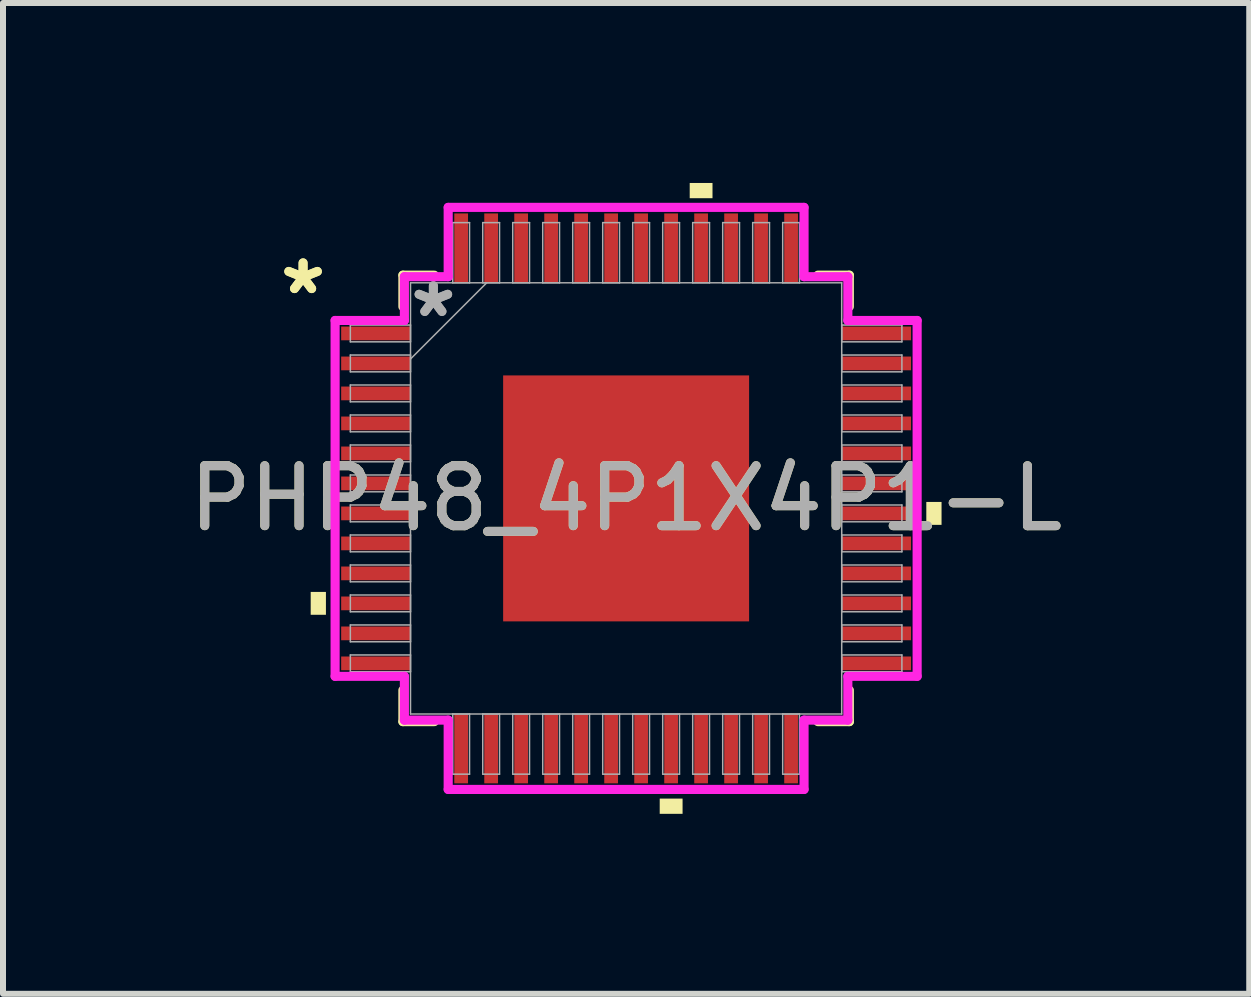
<source format=kicad_pcb>
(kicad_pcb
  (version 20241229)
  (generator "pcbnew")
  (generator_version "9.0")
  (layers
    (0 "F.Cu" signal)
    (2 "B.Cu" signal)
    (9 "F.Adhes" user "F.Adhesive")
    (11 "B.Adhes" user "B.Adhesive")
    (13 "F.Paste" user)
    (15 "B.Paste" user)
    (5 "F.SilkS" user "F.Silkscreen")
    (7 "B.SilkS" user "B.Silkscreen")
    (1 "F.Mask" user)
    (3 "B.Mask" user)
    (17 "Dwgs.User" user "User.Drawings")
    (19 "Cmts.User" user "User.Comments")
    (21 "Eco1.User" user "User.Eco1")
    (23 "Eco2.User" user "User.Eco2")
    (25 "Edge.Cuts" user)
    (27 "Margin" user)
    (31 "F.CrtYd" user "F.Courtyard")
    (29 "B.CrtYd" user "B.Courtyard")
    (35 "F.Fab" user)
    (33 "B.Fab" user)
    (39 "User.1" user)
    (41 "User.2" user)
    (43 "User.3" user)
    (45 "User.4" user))
  (footprint "PHP48_4P1X4P1-L"
    (layer "F.Cu")
    (at 7.387 5.258)
    (property "Reference" "PHP48_4P1X4P1-L" (at 0 0 0) (unlocked yes) (layer "F.SilkS") (effects (font (size 1 1) (thickness 0.15))))
    (attr smd)
    (fp_poly (pts (xy -2.114 -2.114) (xy -1.775 -2.114) (xy -1.775 2.114) (xy -2.114 2.114)) (stroke (width 0) (type solid)) (fill yes) (layer "F.Mask"))
    (fp_poly (pts (xy -2.114 -2.114) (xy 2.114 -2.114) (xy 2.114 -1.775) (xy -2.114 -1.775)) (stroke (width 0) (type solid)) (fill yes) (layer "F.Mask"))
    (fp_poly (pts (xy -2.114 -1.375) (xy 2.114 -1.375) (xy 2.114 -0.987) (xy -2.114 -0.987)) (stroke (width 0) (type solid)) (fill yes) (layer "F.Mask"))
    (fp_poly (pts (xy -2.114 -0.587) (xy 2.114 -0.587) (xy 2.114 -0.2) (xy -2.114 -0.2)) (stroke (width 0) (type solid)) (fill yes) (layer "F.Mask"))
    (fp_poly (pts (xy -2.114 0.2) (xy 2.114 0.2) (xy 2.114 0.587) (xy -2.114 0.587)) (stroke (width 0) (type solid)) (fill yes) (layer "F.Mask"))
    (fp_poly (pts (xy -2.114 0.987) (xy 2.114 0.987) (xy 2.114 1.375) (xy -2.114 1.375)) (stroke (width 0) (type solid)) (fill yes) (layer "F.Mask"))
    (fp_poly (pts (xy -2.114 1.775) (xy 2.114 1.775) (xy 2.114 2.114) (xy -2.114 2.114)) (stroke (width 0) (type solid)) (fill yes) (layer "F.Mask"))
    (fp_poly (pts (xy -0.987 -2.114) (xy -1.375 -2.114) (xy -1.375 2.114) (xy -0.987 2.114)) (stroke (width 0) (type solid)) (fill yes) (layer "F.Mask"))
    (fp_poly (pts (xy -0.2 -2.114) (xy -0.587 -2.114) (xy -0.587 2.114) (xy -0.2 2.114)) (stroke (width 0) (type solid)) (fill yes) (layer "F.Mask"))
    (fp_poly (pts (xy 0.587 -2.114) (xy 0.2 -2.114) (xy 0.2 2.114) (xy 0.587 2.114)) (stroke (width 0) (type solid)) (fill yes) (layer "F.Mask"))
    (fp_poly (pts (xy 1.375 -2.114) (xy 0.987 -2.114) (xy 0.987 2.114) (xy 1.375 2.114)) (stroke (width 0) (type solid)) (fill yes) (layer "F.Mask"))
    (fp_poly (pts (xy 1.775 -2.114) (xy 2.114 -2.114) (xy 2.114 2.114) (xy 1.775 2.114)) (stroke (width 0) (type solid)) (fill yes) (layer "F.Mask"))
    (fp_line (start -3.721 -3.721) (end -3.721 -3.197) (stroke (width 0.152) (type solid)) (layer "F.SilkS"))
    (fp_line (start -3.721 3.197) (end -3.721 3.721) (stroke (width 0.152) (type solid)) (layer "F.SilkS"))
    (fp_line (start -3.721 3.721) (end -3.197 3.721) (stroke (width 0.152) (type solid)) (layer "F.SilkS"))
    (fp_line (start -3.197 -3.721) (end -3.721 -3.721) (stroke (width 0.152) (type solid)) (layer "F.SilkS"))
    (fp_line (start 3.197 3.721) (end 3.721 3.721) (stroke (width 0.152) (type solid)) (layer "F.SilkS"))
    (fp_line (start 3.721 -3.721) (end 3.197 -3.721) (stroke (width 0.152) (type solid)) (layer "F.SilkS"))
    (fp_line (start 3.721 -3.197) (end 3.721 -3.721) (stroke (width 0.152) (type solid)) (layer "F.SilkS"))
    (fp_line (start 3.721 3.721) (end 3.721 3.197) (stroke (width 0.152) (type solid)) (layer "F.SilkS"))
    (fp_poly (pts (xy -5.258 1.559) (xy -5.258 1.94) (xy -5.004 1.94) (xy -5.004 1.559)) (stroke (width 0) (type solid)) (fill yes) (layer "F.SilkS"))
    (fp_poly (pts (xy 0.56 5.004) (xy 0.56 5.258) (xy 0.941 5.258) (xy 0.941 5.004)) (stroke (width 0) (type solid)) (fill yes) (layer "F.SilkS"))
    (fp_poly (pts (xy 1.06 -5.004) (xy 1.06 -5.258) (xy 1.44 -5.258) (xy 1.44 -5.004)) (stroke (width 0) (type solid)) (fill yes) (layer "F.SilkS"))
    (fp_poly (pts (xy 5.258 0.059) (xy 5.258 0.441) (xy 5.004 0.441) (xy 5.004 0.059)) (stroke (width 0) (type solid)) (fill yes) (layer "F.SilkS"))
    (fp_poly (pts (xy -1.975 -1.975) (xy -1.975 -1.675) (xy -1.816 -1.675) (xy -1.675 -1.816) (xy -1.675 -1.975)) (stroke (width 0) (type solid)) (fill yes) (layer "F.Paste"))
    (fp_poly (pts (xy -1.975 1.675) (xy -1.975 1.975) (xy -1.675 1.975) (xy -1.675 1.816) (xy -1.816 1.675)) (stroke (width 0) (type solid)) (fill yes) (layer "F.Paste"))
    (fp_poly (pts (xy 1.675 -1.975) (xy 1.675 -1.816) (xy 1.816 -1.675) (xy 1.975 -1.675) (xy 1.975 -1.975)) (stroke (width 0) (type solid)) (fill yes) (layer "F.Paste"))
    (fp_poly (pts (xy 1.816 1.675) (xy 1.675 1.816) (xy 1.675 1.975) (xy 1.975 1.975) (xy 1.975 1.675)) (stroke (width 0) (type solid)) (fill yes) (layer "F.Paste"))
    (fp_poly (pts (xy -1.975 -1.475) (xy -1.975 -0.887) (xy -1.816 -0.887) (xy -1.675 -1.029) (xy -1.675 -1.333) (xy -1.816 -1.475)) (stroke (width 0) (type solid)) (fill yes) (layer "F.Paste"))
    (fp_poly (pts (xy -1.975 -0.687) (xy -1.975 -0.1) (xy -1.816 -0.1) (xy -1.675 -0.241) (xy -1.675 -0.546) (xy -1.816 -0.687)) (stroke (width 0) (type solid)) (fill yes) (layer "F.Paste"))
    (fp_poly (pts (xy -1.975 0.1) (xy -1.975 0.687) (xy -1.816 0.687) (xy -1.675 0.546) (xy -1.675 0.241) (xy -1.816 0.1)) (stroke (width 0) (type solid)) (fill yes) (layer "F.Paste"))
    (fp_poly (pts (xy -1.975 0.887) (xy -1.975 1.475) (xy -1.816 1.475) (xy -1.675 1.333) (xy -1.675 1.029) (xy -1.816 0.887)) (stroke (width 0) (type solid)) (fill yes) (layer "F.Paste"))
    (fp_poly (pts (xy -1.475 -1.975) (xy -1.475 -1.816) (xy -1.333 -1.675) (xy -1.029 -1.675) (xy -0.887 -1.816) (xy -0.887 -1.975)) (stroke (width 0) (type solid)) (fill yes) (layer "F.Paste"))
    (fp_poly (pts (xy -1.333 1.675) (xy -1.475 1.816) (xy -1.475 1.975) (xy -0.887 1.975) (xy -0.887 1.816) (xy -1.029 1.675)) (stroke (width 0) (type solid)) (fill yes) (layer "F.Paste"))
    (fp_poly (pts (xy -0.687 -1.975) (xy -0.687 -1.816) (xy -0.546 -1.675) (xy -0.241 -1.675) (xy -0.1 -1.816) (xy -0.1 -1.975)) (stroke (width 0) (type solid)) (fill yes) (layer "F.Paste"))
    (fp_poly (pts (xy -0.546 1.675) (xy -0.687 1.816) (xy -0.687 1.975) (xy -0.1 1.975) (xy -0.1 1.816) (xy -0.241 1.675)) (stroke (width 0) (type solid)) (fill yes) (layer "F.Paste"))
    (fp_poly (pts (xy 0.1 -1.975) (xy 0.1 -1.816) (xy 0.241 -1.675) (xy 0.546 -1.675) (xy 0.687 -1.816) (xy 0.687 -1.975)) (stroke (width 0) (type solid)) (fill yes) (layer "F.Paste"))
    (fp_poly (pts (xy 0.241 1.675) (xy 0.1 1.816) (xy 0.1 1.975) (xy 0.687 1.975) (xy 0.687 1.816) (xy 0.546 1.675)) (stroke (width 0) (type solid)) (fill yes) (layer "F.Paste"))
    (fp_poly (pts (xy 0.887 -1.975) (xy 0.887 -1.816) (xy 1.029 -1.675) (xy 1.333 -1.675) (xy 1.475 -1.816) (xy 1.475 -1.975)) (stroke (width 0) (type solid)) (fill yes) (layer "F.Paste"))
    (fp_poly (pts (xy 1.029 1.675) (xy 0.887 1.816) (xy 0.887 1.975) (xy 1.475 1.975) (xy 1.475 1.816) (xy 1.333 1.675)) (stroke (width 0) (type solid)) (fill yes) (layer "F.Paste"))
    (fp_poly (pts (xy 1.816 -1.475) (xy 1.675 -1.333) (xy 1.675 -1.029) (xy 1.816 -0.887) (xy 1.975 -0.887) (xy 1.975 -1.475)) (stroke (width 0) (type solid)) (fill yes) (layer "F.Paste"))
    (fp_poly (pts (xy 1.816 -0.687) (xy 1.675 -0.546) (xy 1.675 -0.241) (xy 1.816 -0.1) (xy 1.975 -0.1) (xy 1.975 -0.687)) (stroke (width 0) (type solid)) (fill yes) (layer "F.Paste"))
    (fp_poly (pts (xy 1.816 0.1) (xy 1.675 0.241) (xy 1.675 0.546) (xy 1.816 0.687) (xy 1.975 0.687) (xy 1.975 0.1)) (stroke (width 0) (type solid)) (fill yes) (layer "F.Paste"))
    (fp_poly (pts (xy 1.816 0.887) (xy 1.675 1.029) (xy 1.675 1.333) (xy 1.816 1.475) (xy 1.975 1.475) (xy 1.975 0.887)) (stroke (width 0) (type solid)) (fill yes) (layer "F.Paste"))
    (fp_poly (pts (xy -1.333 -1.475) (xy -1.475 -1.333) (xy -1.475 -1.029) (xy -1.333 -0.887) (xy -1.029 -0.887) (xy -0.887 -1.029) (xy -0.887 -1.333) (xy -1.029 -1.475)) (stroke (width 0) (type solid)) (fill yes) (layer "F.Paste"))
    (fp_poly (pts (xy -1.333 -0.687) (xy -1.475 -0.546) (xy -1.475 -0.241) (xy -1.333 -0.1) (xy -1.029 -0.1) (xy -0.887 -0.241) (xy -0.887 -0.546) (xy -1.029 -0.687)) (stroke (width 0) (type solid)) (fill yes) (layer "F.Paste"))
    (fp_poly (pts (xy -1.333 0.1) (xy -1.475 0.241) (xy -1.475 0.546) (xy -1.333 0.687) (xy -1.029 0.687) (xy -0.887 0.546) (xy -0.887 0.241) (xy -1.029 0.1)) (stroke (width 0) (type solid)) (fill yes) (layer "F.Paste"))
    (fp_poly (pts (xy -1.333 0.887) (xy -1.475 1.029) (xy -1.475 1.333) (xy -1.333 1.475) (xy -1.029 1.475) (xy -0.887 1.333) (xy -0.887 1.029) (xy -1.029 0.887)) (stroke (width 0) (type solid)) (fill yes) (layer "F.Paste"))
    (fp_poly (pts (xy -0.546 -1.475) (xy -0.687 -1.333) (xy -0.687 -1.029) (xy -0.546 -0.887) (xy -0.241 -0.887) (xy -0.1 -1.029) (xy -0.1 -1.333) (xy -0.241 -1.475)) (stroke (width 0) (type solid)) (fill yes) (layer "F.Paste"))
    (fp_poly (pts (xy -0.546 -0.687) (xy -0.687 -0.546) (xy -0.687 -0.241) (xy -0.546 -0.1) (xy -0.241 -0.1) (xy -0.1 -0.241) (xy -0.1 -0.546) (xy -0.241 -0.687)) (stroke (width 0) (type solid)) (fill yes) (layer "F.Paste"))
    (fp_poly (pts (xy -0.546 0.1) (xy -0.687 0.241) (xy -0.687 0.546) (xy -0.546 0.687) (xy -0.241 0.687) (xy -0.1 0.546) (xy -0.1 0.241) (xy -0.241 0.1)) (stroke (width 0) (type solid)) (fill yes) (layer "F.Paste"))
    (fp_poly (pts (xy -0.546 0.887) (xy -0.687 1.029) (xy -0.687 1.333) (xy -0.546 1.475) (xy -0.241 1.475) (xy -0.1 1.333) (xy -0.1 1.029) (xy -0.241 0.887)) (stroke (width 0) (type solid)) (fill yes) (layer "F.Paste"))
    (fp_poly (pts (xy 0.241 -1.475) (xy 0.1 -1.333) (xy 0.1 -1.029) (xy 0.241 -0.887) (xy 0.546 -0.887) (xy 0.687 -1.029) (xy 0.687 -1.333) (xy 0.546 -1.475)) (stroke (width 0) (type solid)) (fill yes) (layer "F.Paste"))
    (fp_poly (pts (xy 0.241 -0.687) (xy 0.1 -0.546) (xy 0.1 -0.241) (xy 0.241 -0.1) (xy 0.546 -0.1) (xy 0.687 -0.241) (xy 0.687 -0.546) (xy 0.546 -0.687)) (stroke (width 0) (type solid)) (fill yes) (layer "F.Paste"))
    (fp_poly (pts (xy 0.241 0.1) (xy 0.1 0.241) (xy 0.1 0.546) (xy 0.241 0.687) (xy 0.546 0.687) (xy 0.687 0.546) (xy 0.687 0.241) (xy 0.546 0.1)) (stroke (width 0) (type solid)) (fill yes) (layer "F.Paste"))
    (fp_poly (pts (xy 0.241 0.887) (xy 0.1 1.029) (xy 0.1 1.333) (xy 0.241 1.475) (xy 0.546 1.475) (xy 0.687 1.333) (xy 0.687 1.029) (xy 0.546 0.887)) (stroke (width 0) (type solid)) (fill yes) (layer "F.Paste"))
    (fp_poly (pts (xy 1.029 -1.475) (xy 0.887 -1.333) (xy 0.887 -1.029) (xy 1.029 -0.887) (xy 1.333 -0.887) (xy 1.475 -1.029) (xy 1.475 -1.333) (xy 1.333 -1.475)) (stroke (width 0) (type solid)) (fill yes) (layer "F.Paste"))
    (fp_poly (pts (xy 1.029 -0.687) (xy 0.887 -0.546) (xy 0.887 -0.241) (xy 1.029 -0.1) (xy 1.333 -0.1) (xy 1.475 -0.241) (xy 1.475 -0.546) (xy 1.333 -0.687)) (stroke (width 0) (type solid)) (fill yes) (layer "F.Paste"))
    (fp_poly (pts (xy 1.029 0.1) (xy 0.887 0.241) (xy 0.887 0.546) (xy 1.029 0.687) (xy 1.333 0.687) (xy 1.475 0.546) (xy 1.475 0.241) (xy 1.333 0.1)) (stroke (width 0) (type solid)) (fill yes) (layer "F.Paste"))
    (fp_poly (pts (xy 1.029 0.887) (xy 0.887 1.029) (xy 0.887 1.333) (xy 1.029 1.475) (xy 1.333 1.475) (xy 1.475 1.333) (xy 1.475 1.029) (xy 1.333 0.887)) (stroke (width 0) (type solid)) (fill yes) (layer "F.Paste"))
    (fp_line (start -4.851 -2.966) (end -3.696 -2.966) (stroke (width 0.152) (type solid)) (layer "F.CrtYd"))
    (fp_line (start -4.851 2.966) (end -4.851 -2.966) (stroke (width 0.152) (type solid)) (layer "F.CrtYd"))
    (fp_line (start -3.696 -3.696) (end -2.966 -3.696) (stroke (width 0.152) (type solid)) (layer "F.CrtYd"))
    (fp_line (start -3.696 -2.966) (end -3.696 -3.696) (stroke (width 0.152) (type solid)) (layer "F.CrtYd"))
    (fp_line (start -3.696 2.966) (end -4.851 2.966) (stroke (width 0.152) (type solid)) (layer "F.CrtYd"))
    (fp_line (start -3.696 3.696) (end -3.696 2.966) (stroke (width 0.152) (type solid)) (layer "F.CrtYd"))
    (fp_line (start -3.696 3.696) (end -2.966 3.696) (stroke (width 0.152) (type solid)) (layer "F.CrtYd"))
    (fp_line (start -2.966 -4.851) (end 2.966 -4.851) (stroke (width 0.152) (type solid)) (layer "F.CrtYd"))
    (fp_line (start -2.966 -3.696) (end -2.966 -4.851) (stroke (width 0.152) (type solid)) (layer "F.CrtYd"))
    (fp_line (start -2.966 3.696) (end -2.966 4.851) (stroke (width 0.152) (type solid)) (layer "F.CrtYd"))
    (fp_line (start -2.966 4.851) (end 2.966 4.851) (stroke (width 0.152) (type solid)) (layer "F.CrtYd"))
    (fp_line (start 2.966 -4.851) (end 2.966 -3.696) (stroke (width 0.152) (type solid)) (layer "F.CrtYd"))
    (fp_line (start 2.966 -3.696) (end 3.696 -3.696) (stroke (width 0.152) (type solid)) (layer "F.CrtYd"))
    (fp_line (start 2.966 3.696) (end 3.696 3.696) (stroke (width 0.152) (type solid)) (layer "F.CrtYd"))
    (fp_line (start 2.966 4.851) (end 2.966 3.696) (stroke (width 0.152) (type solid)) (layer "F.CrtYd"))
    (fp_line (start 3.696 -2.966) (end 3.696 -3.696) (stroke (width 0.152) (type solid)) (layer "F.CrtYd"))
    (fp_line (start 3.696 2.966) (end 4.851 2.966) (stroke (width 0.152) (type solid)) (layer "F.CrtYd"))
    (fp_line (start 3.696 3.696) (end 3.696 2.966) (stroke (width 0.152) (type solid)) (layer "F.CrtYd"))
    (fp_line (start 4.851 -2.966) (end 3.696 -2.966) (stroke (width 0.152) (type solid)) (layer "F.CrtYd"))
    (fp_line (start 4.851 2.966) (end 4.851 -2.966) (stroke (width 0.152) (type solid)) (layer "F.CrtYd"))
    (fp_line (start -4.597 -2.89) (end -4.597 -2.61) (stroke (width 0.025) (type solid)) (layer "F.Fab"))
    (fp_line (start -4.597 -2.61) (end -3.594 -2.61) (stroke (width 0.025) (type solid)) (layer "F.Fab"))
    (fp_line (start -4.597 -2.39) (end -4.597 -2.11) (stroke (width 0.025) (type solid)) (layer "F.Fab"))
    (fp_line (start -4.597 -2.11) (end -3.594 -2.11) (stroke (width 0.025) (type solid)) (layer "F.Fab"))
    (fp_line (start -4.597 -1.89) (end -4.597 -1.61) (stroke (width 0.025) (type solid)) (layer "F.Fab"))
    (fp_line (start -4.597 -1.61) (end -3.594 -1.61) (stroke (width 0.025) (type solid)) (layer "F.Fab"))
    (fp_line (start -4.597 -1.39) (end -4.597 -1.11) (stroke (width 0.025) (type solid)) (layer "F.Fab"))
    (fp_line (start -4.597 -1.11) (end -3.594 -1.11) (stroke (width 0.025) (type solid)) (layer "F.Fab"))
    (fp_line (start -4.597 -0.89) (end -4.597 -0.61) (stroke (width 0.025) (type solid)) (layer "F.Fab"))
    (fp_line (start -4.597 -0.61) (end -3.594 -0.61) (stroke (width 0.025) (type solid)) (layer "F.Fab"))
    (fp_line (start -4.597 -0.39) (end -4.597 -0.11) (stroke (width 0.025) (type solid)) (layer "F.Fab"))
    (fp_line (start -4.597 -0.11) (end -3.594 -0.11) (stroke (width 0.025) (type solid)) (layer "F.Fab"))
    (fp_line (start -4.597 0.11) (end -4.597 0.39) (stroke (width 0.025) (type solid)) (layer "F.Fab"))
    (fp_line (start -4.597 0.39) (end -3.594 0.39) (stroke (width 0.025) (type solid)) (layer "F.Fab"))
    (fp_line (start -4.597 0.61) (end -4.597 0.89) (stroke (width 0.025) (type solid)) (layer "F.Fab"))
    (fp_line (start -4.597 0.89) (end -3.594 0.89) (stroke (width 0.025) (type solid)) (layer "F.Fab"))
    (fp_line (start -4.597 1.11) (end -4.597 1.39) (stroke (width 0.025) (type solid)) (layer "F.Fab"))
    (fp_line (start -4.597 1.39) (end -3.594 1.39) (stroke (width 0.025) (type solid)) (layer "F.Fab"))
    (fp_line (start -4.597 1.61) (end -4.597 1.89) (stroke (width 0.025) (type solid)) (layer "F.Fab"))
    (fp_line (start -4.597 1.89) (end -3.594 1.89) (stroke (width 0.025) (type solid)) (layer "F.Fab"))
    (fp_line (start -4.597 2.11) (end -4.597 2.39) (stroke (width 0.025) (type solid)) (layer "F.Fab"))
    (fp_line (start -4.597 2.39) (end -3.594 2.39) (stroke (width 0.025) (type solid)) (layer "F.Fab"))
    (fp_line (start -4.597 2.61) (end -4.597 2.89) (stroke (width 0.025) (type solid)) (layer "F.Fab"))
    (fp_line (start -4.597 2.89) (end -3.594 2.89) (stroke (width 0.025) (type solid)) (layer "F.Fab"))
    (fp_line (start -3.594 -3.594) (end -3.594 3.594) (stroke (width 0.025) (type solid)) (layer "F.Fab"))
    (fp_line (start -3.594 -2.89) (end -4.597 -2.89) (stroke (width 0.025) (type solid)) (layer "F.Fab"))
    (fp_line (start -3.594 -2.61) (end -3.594 -2.89) (stroke (width 0.025) (type solid)) (layer "F.Fab"))
    (fp_line (start -3.594 -2.39) (end -4.597 -2.39) (stroke (width 0.025) (type solid)) (layer "F.Fab"))
    (fp_line (start -3.594 -2.324) (end -2.324 -3.594) (stroke (width 0.025) (type solid)) (layer "F.Fab"))
    (fp_line (start -3.594 -2.11) (end -3.594 -2.39) (stroke (width 0.025) (type solid)) (layer "F.Fab"))
    (fp_line (start -3.594 -1.89) (end -4.597 -1.89) (stroke (width 0.025) (type solid)) (layer "F.Fab"))
    (fp_line (start -3.594 -1.61) (end -3.594 -1.89) (stroke (width 0.025) (type solid)) (layer "F.Fab"))
    (fp_line (start -3.594 -1.39) (end -4.597 -1.39) (stroke (width 0.025) (type solid)) (layer "F.Fab"))
    (fp_line (start -3.594 -1.11) (end -3.594 -1.39) (stroke (width 0.025) (type solid)) (layer "F.Fab"))
    (fp_line (start -3.594 -0.89) (end -4.597 -0.89) (stroke (width 0.025) (type solid)) (layer "F.Fab"))
    (fp_line (start -3.594 -0.61) (end -3.594 -0.89) (stroke (width 0.025) (type solid)) (layer "F.Fab"))
    (fp_line (start -3.594 -0.39) (end -4.597 -0.39) (stroke (width 0.025) (type solid)) (layer "F.Fab"))
    (fp_line (start -3.594 -0.11) (end -3.594 -0.39) (stroke (width 0.025) (type solid)) (layer "F.Fab"))
    (fp_line (start -3.594 0.11) (end -4.597 0.11) (stroke (width 0.025) (type solid)) (layer "F.Fab"))
    (fp_line (start -3.594 0.39) (end -3.594 0.11) (stroke (width 0.025) (type solid)) (layer "F.Fab"))
    (fp_line (start -3.594 0.61) (end -4.597 0.61) (stroke (width 0.025) (type solid)) (layer "F.Fab"))
    (fp_line (start -3.594 0.89) (end -3.594 0.61) (stroke (width 0.025) (type solid)) (layer "F.Fab"))
    (fp_line (start -3.594 1.11) (end -4.597 1.11) (stroke (width 0.025) (type solid)) (layer "F.Fab"))
    (fp_line (start -3.594 1.39) (end -3.594 1.11) (stroke (width 0.025) (type solid)) (layer "F.Fab"))
    (fp_line (start -3.594 1.61) (end -4.597 1.61) (stroke (width 0.025) (type solid)) (layer "F.Fab"))
    (fp_line (start -3.594 1.89) (end -3.594 1.61) (stroke (width 0.025) (type solid)) (layer "F.Fab"))
    (fp_line (start -3.594 2.11) (end -4.597 2.11) (stroke (width 0.025) (type solid)) (layer "F.Fab"))
    (fp_line (start -3.594 2.39) (end -3.594 2.11) (stroke (width 0.025) (type solid)) (layer "F.Fab"))
    (fp_line (start -3.594 2.61) (end -4.597 2.61) (stroke (width 0.025) (type solid)) (layer "F.Fab"))
    (fp_line (start -3.594 2.89) (end -3.594 2.61) (stroke (width 0.025) (type solid)) (layer "F.Fab"))
    (fp_line (start -3.594 3.594) (end 3.594 3.594) (stroke (width 0.025) (type solid)) (layer "F.Fab"))
    (fp_line (start -2.89 -4.597) (end -2.89 -3.594) (stroke (width 0.025) (type solid)) (layer "F.Fab"))
    (fp_line (start -2.89 -3.594) (end -2.61 -3.594) (stroke (width 0.025) (type solid)) (layer "F.Fab"))
    (fp_line (start -2.89 3.594) (end -2.89 4.597) (stroke (width 0.025) (type solid)) (layer "F.Fab"))
    (fp_line (start -2.89 4.597) (end -2.61 4.597) (stroke (width 0.025) (type solid)) (layer "F.Fab"))
    (fp_line (start -2.61 -4.597) (end -2.89 -4.597) (stroke (width 0.025) (type solid)) (layer "F.Fab"))
    (fp_line (start -2.61 -3.594) (end -2.61 -4.597) (stroke (width 0.025) (type solid)) (layer "F.Fab"))
    (fp_line (start -2.61 3.594) (end -2.89 3.594) (stroke (width 0.025) (type solid)) (layer "F.Fab"))
    (fp_line (start -2.61 4.597) (end -2.61 3.594) (stroke (width 0.025) (type solid)) (layer "F.Fab"))
    (fp_line (start -2.39 -4.597) (end -2.39 -3.594) (stroke (width 0.025) (type solid)) (layer "F.Fab"))
    (fp_line (start -2.39 -3.594) (end -2.11 -3.594) (stroke (width 0.025) (type solid)) (layer "F.Fab"))
    (fp_line (start -2.39 3.594) (end -2.39 4.597) (stroke (width 0.025) (type solid)) (layer "F.Fab"))
    (fp_line (start -2.39 4.597) (end -2.11 4.597) (stroke (width 0.025) (type solid)) (layer "F.Fab"))
    (fp_line (start -2.11 -4.597) (end -2.39 -4.597) (stroke (width 0.025) (type solid)) (layer "F.Fab"))
    (fp_line (start -2.11 -3.594) (end -2.11 -4.597) (stroke (width 0.025) (type solid)) (layer "F.Fab"))
    (fp_line (start -2.11 3.594) (end -2.39 3.594) (stroke (width 0.025) (type solid)) (layer "F.Fab"))
    (fp_line (start -2.11 4.597) (end -2.11 3.594) (stroke (width 0.025) (type solid)) (layer "F.Fab"))
    (fp_line (start -1.89 -4.597) (end -1.89 -3.594) (stroke (width 0.025) (type solid)) (layer "F.Fab"))
    (fp_line (start -1.89 -3.594) (end -1.61 -3.594) (stroke (width 0.025) (type solid)) (layer "F.Fab"))
    (fp_line (start -1.89 3.594) (end -1.89 4.597) (stroke (width 0.025) (type solid)) (layer "F.Fab"))
    (fp_line (start -1.89 4.597) (end -1.61 4.597) (stroke (width 0.025) (type solid)) (layer "F.Fab"))
    (fp_line (start -1.61 -4.597) (end -1.89 -4.597) (stroke (width 0.025) (type solid)) (layer "F.Fab"))
    (fp_line (start -1.61 -3.594) (end -1.61 -4.597) (stroke (width 0.025) (type solid)) (layer "F.Fab"))
    (fp_line (start -1.61 3.594) (end -1.89 3.594) (stroke (width 0.025) (type solid)) (layer "F.Fab"))
    (fp_line (start -1.61 4.597) (end -1.61 3.594) (stroke (width 0.025) (type solid)) (layer "F.Fab"))
    (fp_line (start -1.39 -4.597) (end -1.39 -3.594) (stroke (width 0.025) (type solid)) (layer "F.Fab"))
    (fp_line (start -1.39 -3.594) (end -1.11 -3.594) (stroke (width 0.025) (type solid)) (layer "F.Fab"))
    (fp_line (start -1.39 3.594) (end -1.39 4.597) (stroke (width 0.025) (type solid)) (layer "F.Fab"))
    (fp_line (start -1.39 4.597) (end -1.11 4.597) (stroke (width 0.025) (type solid)) (layer "F.Fab"))
    (fp_line (start -1.11 -4.597) (end -1.39 -4.597) (stroke (width 0.025) (type solid)) (layer "F.Fab"))
    (fp_line (start -1.11 -3.594) (end -1.11 -4.597) (stroke (width 0.025) (type solid)) (layer "F.Fab"))
    (fp_line (start -1.11 3.594) (end -1.39 3.594) (stroke (width 0.025) (type solid)) (layer "F.Fab"))
    (fp_line (start -1.11 4.597) (end -1.11 3.594) (stroke (width 0.025) (type solid)) (layer "F.Fab"))
    (fp_line (start -0.89 -4.597) (end -0.89 -3.594) (stroke (width 0.025) (type solid)) (layer "F.Fab"))
    (fp_line (start -0.89 -3.594) (end -0.61 -3.594) (stroke (width 0.025) (type solid)) (layer "F.Fab"))
    (fp_line (start -0.89 3.594) (end -0.89 4.597) (stroke (width 0.025) (type solid)) (layer "F.Fab"))
    (fp_line (start -0.89 4.597) (end -0.61 4.597) (stroke (width 0.025) (type solid)) (layer "F.Fab"))
    (fp_line (start -0.61 -4.597) (end -0.89 -4.597) (stroke (width 0.025) (type solid)) (layer "F.Fab"))
    (fp_line (start -0.61 -3.594) (end -0.61 -4.597) (stroke (width 0.025) (type solid)) (layer "F.Fab"))
    (fp_line (start -0.61 3.594) (end -0.89 3.594) (stroke (width 0.025) (type solid)) (layer "F.Fab"))
    (fp_line (start -0.61 4.597) (end -0.61 3.594) (stroke (width 0.025) (type solid)) (layer "F.Fab"))
    (fp_line (start -0.39 -4.597) (end -0.39 -3.594) (stroke (width 0.025) (type solid)) (layer "F.Fab"))
    (fp_line (start -0.39 -3.594) (end -0.11 -3.594) (stroke (width 0.025) (type solid)) (layer "F.Fab"))
    (fp_line (start -0.39 3.594) (end -0.39 4.597) (stroke (width 0.025) (type solid)) (layer "F.Fab"))
    (fp_line (start -0.39 4.597) (end -0.11 4.597) (stroke (width 0.025) (type solid)) (layer "F.Fab"))
    (fp_line (start -0.11 -4.597) (end -0.39 -4.597) (stroke (width 0.025) (type solid)) (layer "F.Fab"))
    (fp_line (start -0.11 -3.594) (end -0.11 -4.597) (stroke (width 0.025) (type solid)) (layer "F.Fab"))
    (fp_line (start -0.11 3.594) (end -0.39 3.594) (stroke (width 0.025) (type solid)) (layer "F.Fab"))
    (fp_line (start -0.11 4.597) (end -0.11 3.594) (stroke (width 0.025) (type solid)) (layer "F.Fab"))
    (fp_line (start 0.11 -4.597) (end 0.11 -3.594) (stroke (width 0.025) (type solid)) (layer "F.Fab"))
    (fp_line (start 0.11 -3.594) (end 0.39 -3.594) (stroke (width 0.025) (type solid)) (layer "F.Fab"))
    (fp_line (start 0.11 3.594) (end 0.11 4.597) (stroke (width 0.025) (type solid)) (layer "F.Fab"))
    (fp_line (start 0.11 4.597) (end 0.39 4.597) (stroke (width 0.025) (type solid)) (layer "F.Fab"))
    (fp_line (start 0.39 -4.597) (end 0.11 -4.597) (stroke (width 0.025) (type solid)) (layer "F.Fab"))
    (fp_line (start 0.39 -3.594) (end 0.39 -4.597) (stroke (width 0.025) (type solid)) (layer "F.Fab"))
    (fp_line (start 0.39 3.594) (end 0.11 3.594) (stroke (width 0.025) (type solid)) (layer "F.Fab"))
    (fp_line (start 0.39 4.597) (end 0.39 3.594) (stroke (width 0.025) (type solid)) (layer "F.Fab"))
    (fp_line (start 0.61 -4.597) (end 0.61 -3.594) (stroke (width 0.025) (type solid)) (layer "F.Fab"))
    (fp_line (start 0.61 -3.594) (end 0.89 -3.594) (stroke (width 0.025) (type solid)) (layer "F.Fab"))
    (fp_line (start 0.61 3.594) (end 0.61 4.597) (stroke (width 0.025) (type solid)) (layer "F.Fab"))
    (fp_line (start 0.61 4.597) (end 0.89 4.597) (stroke (width 0.025) (type solid)) (layer "F.Fab"))
    (fp_line (start 0.89 -4.597) (end 0.61 -4.597) (stroke (width 0.025) (type solid)) (layer "F.Fab"))
    (fp_line (start 0.89 -3.594) (end 0.89 -4.597) (stroke (width 0.025) (type solid)) (layer "F.Fab"))
    (fp_line (start 0.89 3.594) (end 0.61 3.594) (stroke (width 0.025) (type solid)) (layer "F.Fab"))
    (fp_line (start 0.89 4.597) (end 0.89 3.594) (stroke (width 0.025) (type solid)) (layer "F.Fab"))
    (fp_line (start 1.11 -4.597) (end 1.11 -3.594) (stroke (width 0.025) (type solid)) (layer "F.Fab"))
    (fp_line (start 1.11 -3.594) (end 1.39 -3.594) (stroke (width 0.025) (type solid)) (layer "F.Fab"))
    (fp_line (start 1.11 3.594) (end 1.11 4.597) (stroke (width 0.025) (type solid)) (layer "F.Fab"))
    (fp_line (start 1.11 4.597) (end 1.39 4.597) (stroke (width 0.025) (type solid)) (layer "F.Fab"))
    (fp_line (start 1.39 -4.597) (end 1.11 -4.597) (stroke (width 0.025) (type solid)) (layer "F.Fab"))
    (fp_line (start 1.39 -3.594) (end 1.39 -4.597) (stroke (width 0.025) (type solid)) (layer "F.Fab"))
    (fp_line (start 1.39 3.594) (end 1.11 3.594) (stroke (width 0.025) (type solid)) (layer "F.Fab"))
    (fp_line (start 1.39 4.597) (end 1.39 3.594) (stroke (width 0.025) (type solid)) (layer "F.Fab"))
    (fp_line (start 1.61 -4.597) (end 1.61 -3.594) (stroke (width 0.025) (type solid)) (layer "F.Fab"))
    (fp_line (start 1.61 -3.594) (end 1.89 -3.594) (stroke (width 0.025) (type solid)) (layer "F.Fab"))
    (fp_line (start 1.61 3.594) (end 1.61 4.597) (stroke (width 0.025) (type solid)) (layer "F.Fab"))
    (fp_line (start 1.61 4.597) (end 1.89 4.597) (stroke (width 0.025) (type solid)) (layer "F.Fab"))
    (fp_line (start 1.89 -4.597) (end 1.61 -4.597) (stroke (width 0.025) (type solid)) (layer "F.Fab"))
    (fp_line (start 1.89 -3.594) (end 1.89 -4.597) (stroke (width 0.025) (type solid)) (layer "F.Fab"))
    (fp_line (start 1.89 3.594) (end 1.61 3.594) (stroke (width 0.025) (type solid)) (layer "F.Fab"))
    (fp_line (start 1.89 4.597) (end 1.89 3.594) (stroke (width 0.025) (type solid)) (layer "F.Fab"))
    (fp_line (start 2.11 -4.597) (end 2.11 -3.594) (stroke (width 0.025) (type solid)) (layer "F.Fab"))
    (fp_line (start 2.11 -3.594) (end 2.39 -3.594) (stroke (width 0.025) (type solid)) (layer "F.Fab"))
    (fp_line (start 2.11 3.594) (end 2.11 4.597) (stroke (width 0.025) (type solid)) (layer "F.Fab"))
    (fp_line (start 2.11 4.597) (end 2.39 4.597) (stroke (width 0.025) (type solid)) (layer "F.Fab"))
    (fp_line (start 2.39 -4.597) (end 2.11 -4.597) (stroke (width 0.025) (type solid)) (layer "F.Fab"))
    (fp_line (start 2.39 -3.594) (end 2.39 -4.597) (stroke (width 0.025) (type solid)) (layer "F.Fab"))
    (fp_line (start 2.39 3.594) (end 2.11 3.594) (stroke (width 0.025) (type solid)) (layer "F.Fab"))
    (fp_line (start 2.39 4.597) (end 2.39 3.594) (stroke (width 0.025) (type solid)) (layer "F.Fab"))
    (fp_line (start 2.61 -4.597) (end 2.61 -3.594) (stroke (width 0.025) (type solid)) (layer "F.Fab"))
    (fp_line (start 2.61 -3.594) (end 2.89 -3.594) (stroke (width 0.025) (type solid)) (layer "F.Fab"))
    (fp_line (start 2.61 3.594) (end 2.61 4.597) (stroke (width 0.025) (type solid)) (layer "F.Fab"))
    (fp_line (start 2.61 4.597) (end 2.89 4.597) (stroke (width 0.025) (type solid)) (layer "F.Fab"))
    (fp_line (start 2.89 -4.597) (end 2.61 -4.597) (stroke (width 0.025) (type solid)) (layer "F.Fab"))
    (fp_line (start 2.89 -3.594) (end 2.89 -4.597) (stroke (width 0.025) (type solid)) (layer "F.Fab"))
    (fp_line (start 2.89 3.594) (end 2.61 3.594) (stroke (width 0.025) (type solid)) (layer "F.Fab"))
    (fp_line (start 2.89 4.597) (end 2.89 3.594) (stroke (width 0.025) (type solid)) (layer "F.Fab"))
    (fp_line (start 3.594 -3.594) (end -3.594 -3.594) (stroke (width 0.025) (type solid)) (layer "F.Fab"))
    (fp_line (start 3.594 -2.89) (end 3.594 -2.61) (stroke (width 0.025) (type solid)) (layer "F.Fab"))
    (fp_line (start 3.594 -2.61) (end 4.597 -2.61) (stroke (width 0.025) (type solid)) (layer "F.Fab"))
    (fp_line (start 3.594 -2.39) (end 3.594 -2.11) (stroke (width 0.025) (type solid)) (layer "F.Fab"))
    (fp_line (start 3.594 -2.11) (end 4.597 -2.11) (stroke (width 0.025) (type solid)) (layer "F.Fab"))
    (fp_line (start 3.594 -1.89) (end 3.594 -1.61) (stroke (width 0.025) (type solid)) (layer "F.Fab"))
    (fp_line (start 3.594 -1.61) (end 4.597 -1.61) (stroke (width 0.025) (type solid)) (layer "F.Fab"))
    (fp_line (start 3.594 -1.39) (end 3.594 -1.11) (stroke (width 0.025) (type solid)) (layer "F.Fab"))
    (fp_line (start 3.594 -1.11) (end 4.597 -1.11) (stroke (width 0.025) (type solid)) (layer "F.Fab"))
    (fp_line (start 3.594 -0.89) (end 3.594 -0.61) (stroke (width 0.025) (type solid)) (layer "F.Fab"))
    (fp_line (start 3.594 -0.61) (end 4.597 -0.61) (stroke (width 0.025) (type solid)) (layer "F.Fab"))
    (fp_line (start 3.594 -0.39) (end 3.594 -0.11) (stroke (width 0.025) (type solid)) (layer "F.Fab"))
    (fp_line (start 3.594 -0.11) (end 4.597 -0.11) (stroke (width 0.025) (type solid)) (layer "F.Fab"))
    (fp_line (start 3.594 0.11) (end 3.594 0.39) (stroke (width 0.025) (type solid)) (layer "F.Fab"))
    (fp_line (start 3.594 0.39) (end 4.597 0.39) (stroke (width 0.025) (type solid)) (layer "F.Fab"))
    (fp_line (start 3.594 0.61) (end 3.594 0.89) (stroke (width 0.025) (type solid)) (layer "F.Fab"))
    (fp_line (start 3.594 0.89) (end 4.597 0.89) (stroke (width 0.025) (type solid)) (layer "F.Fab"))
    (fp_line (start 3.594 1.11) (end 3.594 1.39) (stroke (width 0.025) (type solid)) (layer "F.Fab"))
    (fp_line (start 3.594 1.39) (end 4.597 1.39) (stroke (width 0.025) (type solid)) (layer "F.Fab"))
    (fp_line (start 3.594 1.61) (end 3.594 1.89) (stroke (width 0.025) (type solid)) (layer "F.Fab"))
    (fp_line (start 3.594 1.89) (end 4.597 1.89) (stroke (width 0.025) (type solid)) (layer "F.Fab"))
    (fp_line (start 3.594 2.11) (end 3.594 2.39) (stroke (width 0.025) (type solid)) (layer "F.Fab"))
    (fp_line (start 3.594 2.39) (end 4.597 2.39) (stroke (width 0.025) (type solid)) (layer "F.Fab"))
    (fp_line (start 3.594 2.61) (end 3.594 2.89) (stroke (width 0.025) (type solid)) (layer "F.Fab"))
    (fp_line (start 3.594 2.89) (end 4.597 2.89) (stroke (width 0.025) (type solid)) (layer "F.Fab"))
    (fp_line (start 3.594 3.594) (end 3.594 -3.594) (stroke (width 0.025) (type solid)) (layer "F.Fab"))
    (fp_line (start 4.597 -2.89) (end 3.594 -2.89) (stroke (width 0.025) (type solid)) (layer "F.Fab"))
    (fp_line (start 4.597 -2.61) (end 4.597 -2.89) (stroke (width 0.025) (type solid)) (layer "F.Fab"))
    (fp_line (start 4.597 -2.39) (end 3.594 -2.39) (stroke (width 0.025) (type solid)) (layer "F.Fab"))
    (fp_line (start 4.597 -2.11) (end 4.597 -2.39) (stroke (width 0.025) (type solid)) (layer "F.Fab"))
    (fp_line (start 4.597 -1.89) (end 3.594 -1.89) (stroke (width 0.025) (type solid)) (layer "F.Fab"))
    (fp_line (start 4.597 -1.61) (end 4.597 -1.89) (stroke (width 0.025) (type solid)) (layer "F.Fab"))
    (fp_line (start 4.597 -1.39) (end 3.594 -1.39) (stroke (width 0.025) (type solid)) (layer "F.Fab"))
    (fp_line (start 4.597 -1.11) (end 4.597 -1.39) (stroke (width 0.025) (type solid)) (layer "F.Fab"))
    (fp_line (start 4.597 -0.89) (end 3.594 -0.89) (stroke (width 0.025) (type solid)) (layer "F.Fab"))
    (fp_line (start 4.597 -0.61) (end 4.597 -0.89) (stroke (width 0.025) (type solid)) (layer "F.Fab"))
    (fp_line (start 4.597 -0.39) (end 3.594 -0.39) (stroke (width 0.025) (type solid)) (layer "F.Fab"))
    (fp_line (start 4.597 -0.11) (end 4.597 -0.39) (stroke (width 0.025) (type solid)) (layer "F.Fab"))
    (fp_line (start 4.597 0.11) (end 3.594 0.11) (stroke (width 0.025) (type solid)) (layer "F.Fab"))
    (fp_line (start 4.597 0.39) (end 4.597 0.11) (stroke (width 0.025) (type solid)) (layer "F.Fab"))
    (fp_line (start 4.597 0.61) (end 3.594 0.61) (stroke (width 0.025) (type solid)) (layer "F.Fab"))
    (fp_line (start 4.597 0.89) (end 4.597 0.61) (stroke (width 0.025) (type solid)) (layer "F.Fab"))
    (fp_line (start 4.597 1.11) (end 3.594 1.11) (stroke (width 0.025) (type solid)) (layer "F.Fab"))
    (fp_line (start 4.597 1.39) (end 4.597 1.11) (stroke (width 0.025) (type solid)) (layer "F.Fab"))
    (fp_line (start 4.597 1.61) (end 3.594 1.61) (stroke (width 0.025) (type solid)) (layer "F.Fab"))
    (fp_line (start 4.597 1.89) (end 4.597 1.61) (stroke (width 0.025) (type solid)) (layer "F.Fab"))
    (fp_line (start 4.597 2.11) (end 3.594 2.11) (stroke (width 0.025) (type solid)) (layer "F.Fab"))
    (fp_line (start 4.597 2.39) (end 4.597 2.11) (stroke (width 0.025) (type solid)) (layer "F.Fab"))
    (fp_line (start 4.597 2.61) (end 3.594 2.61) (stroke (width 0.025) (type solid)) (layer "F.Fab"))
    (fp_line (start 4.597 2.89) (end 4.597 2.61) (stroke (width 0.025) (type solid)) (layer "F.Fab"))
    (fp_text user "*" (at -5.385 -3.381 0) (layer "F.SilkS") (effects (font (size 1 1) (thickness 0.15))))
    (fp_text user "*" (at -5.385 -3.381 0) (unlocked yes) (layer "F.SilkS") (effects (font (size 1 1) (thickness 0.15))))
    (fp_text user "*" (at -3.213 -3 0) (layer "F.Fab") (effects (font (size 1 1) (thickness 0.15))))
    (fp_text user "*" (at -3.213 -3 0) (unlocked yes) (layer "F.Fab") (effects (font (size 1 1) (thickness 0.15))))
    (fp_text user "${REFERENCE}" (at 0 0 0) (unlocked yes) (layer "F.Fab") (effects (font (size 1 1) (thickness 0.15))))
    (pad "1" smd rect (at -4.172 -2.75 90) (size 0.229 1.156) (layers "F.Cu" "F.Mask" "F.Paste"))
    (pad "2" smd rect (at -4.172 -2.25 90) (size 0.229 1.156) (layers "F.Cu" "F.Mask" "F.Paste"))
    (pad "3" smd rect (at -4.172 -1.75 90) (size 0.229 1.156) (layers "F.Cu" "F.Mask" "F.Paste"))
    (pad "4" smd rect (at -4.172 -1.25 90) (size 0.229 1.156) (layers "F.Cu" "F.Mask" "F.Paste"))
    (pad "5" smd rect (at -4.172 -0.75 90) (size 0.229 1.156) (layers "F.Cu" "F.Mask" "F.Paste"))
    (pad "6" smd rect (at -4.172 -0.25 90) (size 0.229 1.156) (layers "F.Cu" "F.Mask" "F.Paste"))
    (pad "7" smd rect (at -4.172 0.25 90) (size 0.229 1.156) (layers "F.Cu" "F.Mask" "F.Paste"))
    (pad "8" smd rect (at -4.172 0.75 90) (size 0.229 1.156) (layers "F.Cu" "F.Mask" "F.Paste"))
    (pad "9" smd rect (at -4.172 1.25 90) (size 0.229 1.156) (layers "F.Cu" "F.Mask" "F.Paste"))
    (pad "10" smd rect (at -4.172 1.75 90) (size 0.229 1.156) (layers "F.Cu" "F.Mask" "F.Paste"))
    (pad "11" smd rect (at -4.172 2.25 90) (size 0.229 1.156) (layers "F.Cu" "F.Mask" "F.Paste"))
    (pad "12" smd rect (at -4.172 2.75 90) (size 0.229 1.156) (layers "F.Cu" "F.Mask" "F.Paste"))
    (pad "13" smd rect (at -2.75 4.172) (size 0.229 1.156) (layers "F.Cu" "F.Mask" "F.Paste"))
    (pad "14" smd rect (at -2.25 4.172) (size 0.229 1.156) (layers "F.Cu" "F.Mask" "F.Paste"))
    (pad "15" smd rect (at -1.75 4.172) (size 0.229 1.156) (layers "F.Cu" "F.Mask" "F.Paste"))
    (pad "16" smd rect (at -1.25 4.172) (size 0.229 1.156) (layers "F.Cu" "F.Mask" "F.Paste"))
    (pad "17" smd rect (at -0.75 4.172) (size 0.229 1.156) (layers "F.Cu" "F.Mask" "F.Paste"))
    (pad "18" smd rect (at -0.25 4.172) (size 0.229 1.156) (layers "F.Cu" "F.Mask" "F.Paste"))
    (pad "19" smd rect (at 0.25 4.172) (size 0.229 1.156) (layers "F.Cu" "F.Mask" "F.Paste"))
    (pad "20" smd rect (at 0.75 4.172) (size 0.229 1.156) (layers "F.Cu" "F.Mask" "F.Paste"))
    (pad "21" smd rect (at 1.25 4.172) (size 0.229 1.156) (layers "F.Cu" "F.Mask" "F.Paste"))
    (pad "22" smd rect (at 1.75 4.172) (size 0.229 1.156) (layers "F.Cu" "F.Mask" "F.Paste"))
    (pad "23" smd rect (at 2.25 4.172) (size 0.229 1.156) (layers "F.Cu" "F.Mask" "F.Paste"))
    (pad "24" smd rect (at 2.75 4.172) (size 0.229 1.156) (layers "F.Cu" "F.Mask" "F.Paste"))
    (pad "25" smd rect (at 4.172 2.75 90) (size 0.229 1.156) (layers "F.Cu" "F.Mask" "F.Paste"))
    (pad "26" smd rect (at 4.172 2.25 90) (size 0.229 1.156) (layers "F.Cu" "F.Mask" "F.Paste"))
    (pad "27" smd rect (at 4.172 1.75 90) (size 0.229 1.156) (layers "F.Cu" "F.Mask" "F.Paste"))
    (pad "28" smd rect (at 4.172 1.25 90) (size 0.229 1.156) (layers "F.Cu" "F.Mask" "F.Paste"))
    (pad "29" smd rect (at 4.172 0.75 90) (size 0.229 1.156) (layers "F.Cu" "F.Mask" "F.Paste"))
    (pad "30" smd rect (at 4.172 0.25 90) (size 0.229 1.156) (layers "F.Cu" "F.Mask" "F.Paste"))
    (pad "31" smd rect (at 4.172 -0.25 90) (size 0.229 1.156) (layers "F.Cu" "F.Mask" "F.Paste"))
    (pad "32" smd rect (at 4.172 -0.75 90) (size 0.229 1.156) (layers "F.Cu" "F.Mask" "F.Paste"))
    (pad "33" smd rect (at 4.172 -1.25 90) (size 0.229 1.156) (layers "F.Cu" "F.Mask" "F.Paste"))
    (pad "34" smd rect (at 4.172 -1.75 90) (size 0.229 1.156) (layers "F.Cu" "F.Mask" "F.Paste"))
    (pad "35" smd rect (at 4.172 -2.25 90) (size 0.229 1.156) (layers "F.Cu" "F.Mask" "F.Paste"))
    (pad "36" smd rect (at 4.172 -2.75 90) (size 0.229 1.156) (layers "F.Cu" "F.Mask" "F.Paste"))
    (pad "37" smd rect (at 2.75 -4.172) (size 0.229 1.156) (layers "F.Cu" "F.Mask" "F.Paste"))
    (pad "38" smd rect (at 2.25 -4.172) (size 0.229 1.156) (layers "F.Cu" "F.Mask" "F.Paste"))
    (pad "39" smd rect (at 1.75 -4.172) (size 0.229 1.156) (layers "F.Cu" "F.Mask" "F.Paste"))
    (pad "40" smd rect (at 1.25 -4.172) (size 0.229 1.156) (layers "F.Cu" "F.Mask" "F.Paste"))
    (pad "41" smd rect (at 0.75 -4.172) (size 0.229 1.156) (layers "F.Cu" "F.Mask" "F.Paste"))
    (pad "42" smd rect (at 0.25 -4.172) (size 0.229 1.156) (layers "F.Cu" "F.Mask" "F.Paste"))
    (pad "43" smd rect (at -0.25 -4.172) (size 0.229 1.156) (layers "F.Cu" "F.Mask" "F.Paste"))
    (pad "44" smd rect (at -0.75 -4.172) (size 0.229 1.156) (layers "F.Cu" "F.Mask" "F.Paste"))
    (pad "45" smd rect (at -1.25 -4.172) (size 0.229 1.156) (layers "F.Cu" "F.Mask" "F.Paste"))
    (pad "46" smd rect (at -1.75 -4.172) (size 0.229 1.156) (layers "F.Cu" "F.Mask" "F.Paste"))
    (pad "47" smd rect (at -2.25 -4.172) (size 0.229 1.156) (layers "F.Cu" "F.Mask" "F.Paste"))
    (pad "48" smd rect (at -2.75 -4.172) (size 0.229 1.156) (layers "F.Cu" "F.Mask" "F.Paste"))
    (pad "EPAD" smd rect (at 0 0) (size 4.1 4.1) (layers "F.Cu")))
  (gr_rect
    (start -3 -3)
    (end 17.774 13.516)
    (stroke (width 0.1) (type default))
    (fill no)
    (layer "Edge.Cuts")))
</source>
